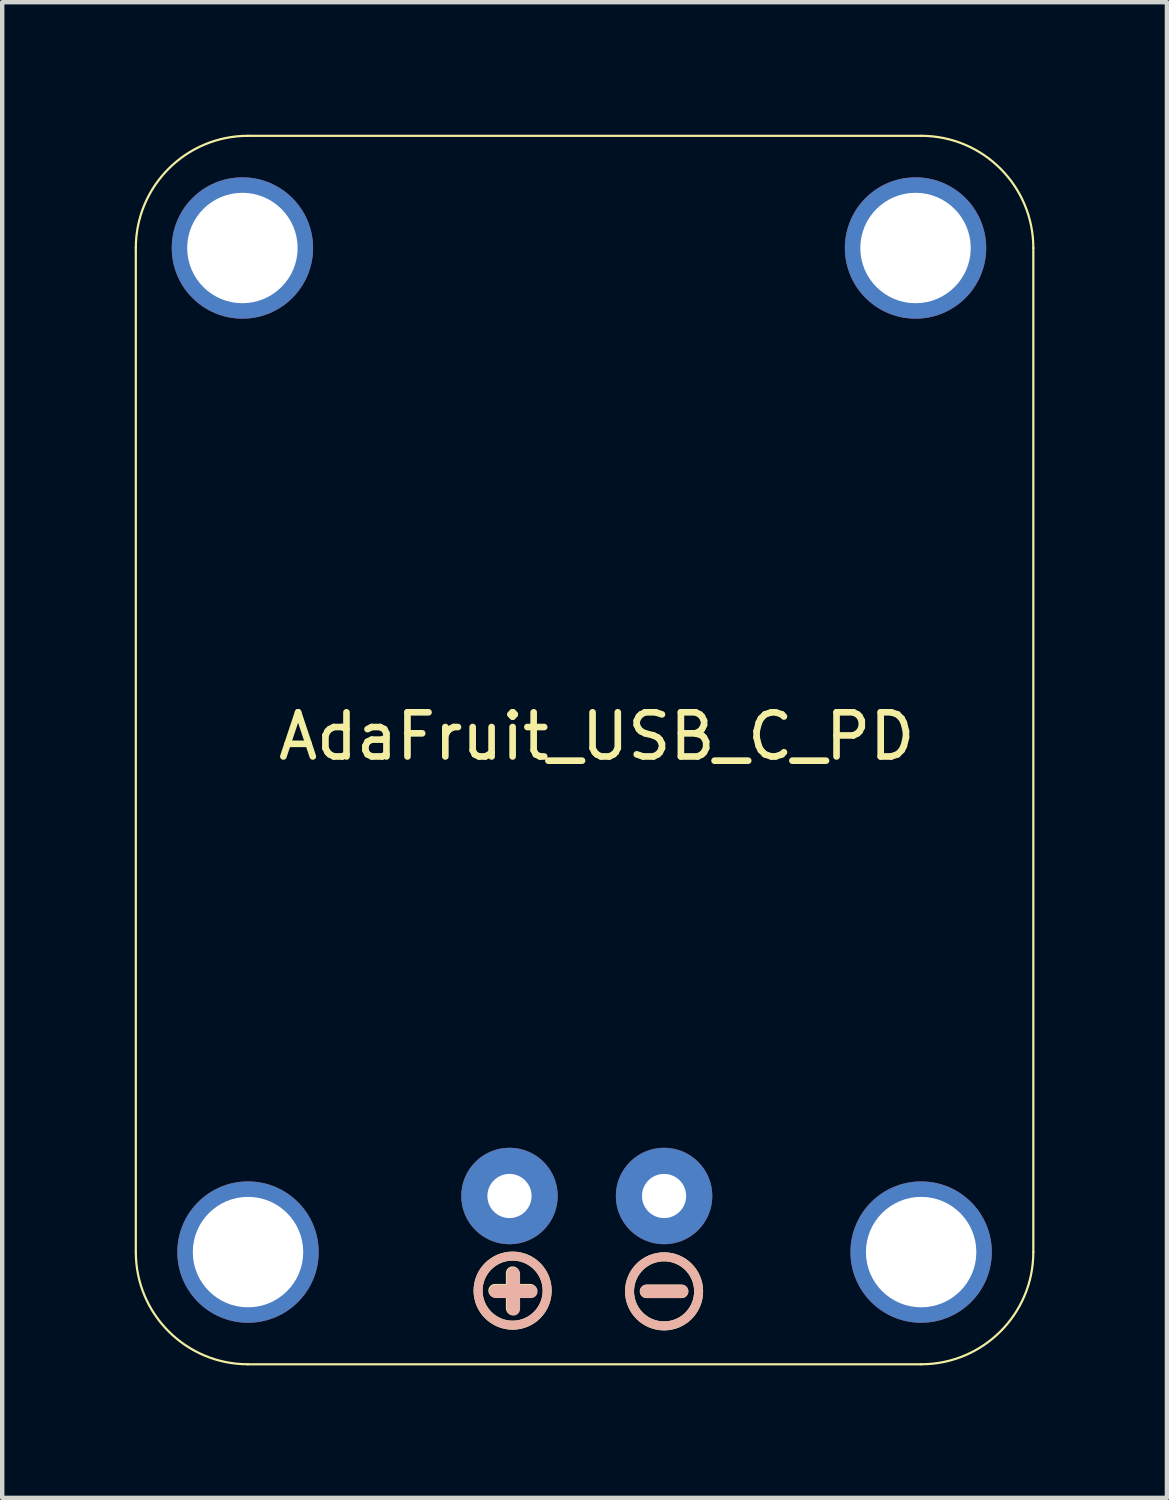
<source format=kicad_pcb>
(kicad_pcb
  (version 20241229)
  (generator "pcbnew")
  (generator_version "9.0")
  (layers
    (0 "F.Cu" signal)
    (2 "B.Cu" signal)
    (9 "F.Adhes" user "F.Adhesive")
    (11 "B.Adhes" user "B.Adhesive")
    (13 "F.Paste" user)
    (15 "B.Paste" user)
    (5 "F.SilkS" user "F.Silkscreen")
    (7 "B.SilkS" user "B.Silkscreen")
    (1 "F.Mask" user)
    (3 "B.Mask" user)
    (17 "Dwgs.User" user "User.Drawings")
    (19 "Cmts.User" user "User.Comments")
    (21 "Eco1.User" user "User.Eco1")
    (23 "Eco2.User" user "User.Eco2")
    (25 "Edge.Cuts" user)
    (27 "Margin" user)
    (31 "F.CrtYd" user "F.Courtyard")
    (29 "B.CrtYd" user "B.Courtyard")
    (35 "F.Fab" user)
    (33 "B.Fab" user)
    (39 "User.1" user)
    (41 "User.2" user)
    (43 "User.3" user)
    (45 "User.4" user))
  (footprint "AdaFruit_USB_C_PD"
    (layer "F.Cu")
    (at 10.461 14.122)
    (property "Reference" "AdaFruit_USB_C_PD" (at 0 -0.5 0) (unlocked yes) (layer "F.SilkS") (effects (font (size 1 1) (thickness 0.15))))
    (attr through_hole)
    (fp_line (start -10.436 11.176) (end -10.436 -11.557) (stroke (width 0.05) (type solid)) (layer "F.SilkS"))
    (fp_line (start -7.896 -14.097) (end 7.344 -14.097) (stroke (width 0.05) (type solid)) (layer "F.SilkS"))
    (fp_line (start -1.905 11.652) (end -1.905 12.446) (stroke (width 0.305) (type solid)) (layer "F.SilkS"))
    (fp_line (start -1.508 12.049) (end -2.302 12.049) (stroke (width 0.305) (type solid)) (layer "F.SilkS"))
    (fp_line (start 1.921 12.065) (end 1.127 12.065) (stroke (width 0.305) (type solid)) (layer "F.SilkS"))
    (fp_line (start 7.344 13.716) (end -7.896 13.716) (stroke (width 0.05) (type solid)) (layer "F.SilkS"))
    (fp_line (start 9.884 -11.557) (end 9.884 11.176) (stroke (width 0.05) (type solid)) (layer "F.SilkS"))
    (fp_arc (start -10.436 -11.557) (mid -9.692051 -13.353051) (end -7.896 -14.097) (stroke (width 0.05) (type solid)) (layer "F.SilkS"))
    (fp_arc (start -7.896 13.716) (mid -9.692051 12.972051) (end -10.436 11.176) (stroke (width 0.05) (type solid)) (layer "F.SilkS"))
    (fp_arc (start 7.344 -14.097) (mid 9.140051 -13.353051) (end 9.884 -11.557) (stroke (width 0.05) (type solid)) (layer "F.SilkS"))
    (fp_arc (start 9.884 11.176) (mid 9.140051 12.972051) (end 7.344 13.716) (stroke (width 0.05) (type solid)) (layer "F.SilkS"))
    (fp_circle (center -1.905 12.049) (end -1.123 12.049) (stroke (width 0.203) (type solid)) (fill no) (layer "F.SilkS"))
    (fp_circle (center 1.524 12.065) (end 2.306 12.065) (stroke (width 0.203) (type solid)) (fill no) (layer "F.SilkS"))
    (fp_line (start -2.286 12.065) (end -1.492 12.065) (stroke (width 0.305) (type solid)) (layer "B.SilkS"))
    (fp_line (start -1.889 11.668) (end -1.889 12.462) (stroke (width 0.305) (type solid)) (layer "B.SilkS"))
    (fp_line (start 1.127 12.065) (end 1.921 12.065) (stroke (width 0.305) (type solid)) (layer "B.SilkS"))
    (fp_circle (center -1.905 12.049) (end -1.123 12.049) (stroke (width 0.203) (type solid)) (fill no) (layer "B.SilkS"))
    (fp_circle (center 1.524 12.065) (end 2.306 12.065) (stroke (width 0.203) (type solid)) (fill no) (layer "B.SilkS"))
    (pad "" thru_hole circle (at -8.023 -11.557 180) (size 3.2 3.2) (drill 2.5) (layers "*.Cu" "*.Mask"))
    (pad "" thru_hole circle (at -7.896 11.176) (size 3.2 3.2) (drill 2.5) (layers "*.Cu" "*.Mask"))
    (pad "" thru_hole circle (at 7.217 -11.557 180) (size 3.2 3.2) (drill 2.5) (layers "*.Cu" "*.Mask"))
    (pad "" thru_hole circle (at 7.344 11.176) (size 3.2 3.2) (drill 2.5) (layers "*.Cu" "*.Mask"))
    (pad "1" thru_hole circle (at 1.524 9.906) (size 2.184 2.184) (drill 1) (layers "*.Cu" "*.Mask"))
    (pad "2" thru_hole circle (at -1.976 9.906) (size 2.184 2.184) (drill 1) (layers "*.Cu" "*.Mask"))
    (zone (net_name "") (layer "F.Cu") (hatch edge 0.5) (connect_pads) (min_thickness 0.25) (filled_areas_thickness no) (keepout (tracks not_allowed) (vias not_allowed) (pads not_allowed) (copperpour not_allowed) (footprints allowed)) (placement (enabled no)) (fill) (polygon (pts (xy 0.422 2.565) (xy 0.442 2.846) (xy 0.5 3.121) (xy 0.596 3.385) (xy 0.728 3.633) (xy 0.894 3.861) (xy 1.089 4.063) (xy 1.311 4.236) (xy 1.554 4.377) (xy 1.815 4.482) (xy 2.088 4.55) (xy 2.368 4.58) (xy 2.649 4.57) (xy 2.926 4.521) (xy 3.193 4.434) (xy 3.446 4.311) (xy 3.679 4.154) (xy 3.888 3.965) (xy 4.069 3.75) (xy 4.218 3.511) (xy 4.332 3.255) (xy 4.41 2.984) (xy 4.449 2.706) (xy 4.449 2.424) (xy 4.41 2.146) (xy 4.332 1.875) (xy 4.218 1.619) (xy 4.069 1.38) (xy 3.888 1.165) (xy 3.679 0.976) (xy 3.446 0.819) (xy 3.193 0.696) (xy 2.926 0.609) (xy 2.649 0.56) (xy 2.368 0.55) (xy 2.088 0.58) (xy 1.815 0.648) (xy 1.554 0.753) (xy 1.311 0.894) (xy 1.089 1.067) (xy 0.894 1.269) (xy 0.728 1.497) (xy 0.596 1.745) (xy 0.5 2.009) (xy 0.442 2.284))) (polygon (pts (xy 2.454 2.565) (xy 2.449 2.554) (xy 2.438 2.549) (xy 2.427 2.554) (xy 2.422 2.565) (xy 2.427 2.576) (xy 2.438 2.581) (xy 2.449 2.576))))
    (zone (net_name "") (layer "F.Cu") (hatch edge 0.5) (connect_pads) (min_thickness 0.25) (filled_areas_thickness no) (keepout (tracks not_allowed) (vias not_allowed) (pads not_allowed) (copperpour not_allowed) (footprints allowed)) (placement (enabled no)) (fill) (polygon (pts (xy 4.581 25.298) (xy 4.561 25.017) (xy 4.503 24.742) (xy 4.407 24.478) (xy 4.275 24.23) (xy 4.109 24.002) (xy 3.914 23.8) (xy 3.692 23.627) (xy 3.449 23.486) (xy 3.188 23.381) (xy 2.915 23.313) (xy 2.635 23.283) (xy 2.354 23.293) (xy 2.077 23.342) (xy 1.81 23.429) (xy 1.557 23.552) (xy 1.324 23.709) (xy 1.115 23.898) (xy 0.934 24.113) (xy 0.785 24.352) (xy 0.671 24.608) (xy 0.593 24.879) (xy 0.554 25.157) (xy 0.554 25.439) (xy 0.593 25.717) (xy 0.671 25.988) (xy 0.785 26.244) (xy 0.934 26.483) (xy 1.115 26.698) (xy 1.324 26.887) (xy 1.557 27.044) (xy 1.81 27.167) (xy 2.077 27.254) (xy 2.354 27.303) (xy 2.635 27.313) (xy 2.915 27.283) (xy 3.188 27.215) (xy 3.449 27.11) (xy 3.692 26.969) (xy 3.914 26.796) (xy 4.109 26.594) (xy 4.275 26.366) (xy 4.407 26.118) (xy 4.503 25.854) (xy 4.561 25.579))) (polygon (pts (xy 2.549 25.298) (xy 2.554 25.309) (xy 2.565 25.314) (xy 2.576 25.309) (xy 2.581 25.298) (xy 2.576 25.287) (xy 2.565 25.282) (xy 2.554 25.287))))
    (zone (net_name "") (layer "F.Cu") (hatch edge 0.5) (connect_pads) (min_thickness 0.25) (filled_areas_thickness no) (keepout (tracks not_allowed) (vias not_allowed) (pads not_allowed) (copperpour not_allowed) (footprints allowed)) (placement (enabled no)) (fill) (polygon (pts (xy 15.662 2.565) (xy 15.682 2.846) (xy 15.74 3.121) (xy 15.836 3.385) (xy 15.968 3.633) (xy 16.134 3.861) (xy 16.329 4.063) (xy 16.551 4.236) (xy 16.794 4.377) (xy 17.055 4.482) (xy 17.328 4.55) (xy 17.608 4.58) (xy 17.889 4.57) (xy 18.166 4.521) (xy 18.433 4.434) (xy 18.686 4.311) (xy 18.919 4.154) (xy 19.128 3.965) (xy 19.309 3.75) (xy 19.458 3.511) (xy 19.572 3.255) (xy 19.65 2.984) (xy 19.689 2.706) (xy 19.689 2.424) (xy 19.65 2.146) (xy 19.572 1.875) (xy 19.458 1.619) (xy 19.309 1.38) (xy 19.128 1.165) (xy 18.919 0.976) (xy 18.686 0.819) (xy 18.433 0.696) (xy 18.166 0.609) (xy 17.889 0.56) (xy 17.608 0.55) (xy 17.328 0.58) (xy 17.055 0.648) (xy 16.794 0.753) (xy 16.551 0.894) (xy 16.329 1.067) (xy 16.134 1.269) (xy 15.968 1.497) (xy 15.836 1.745) (xy 15.74 2.009) (xy 15.682 2.284))) (polygon (pts (xy 17.694 2.565) (xy 17.689 2.554) (xy 17.678 2.549) (xy 17.667 2.554) (xy 17.662 2.565) (xy 17.667 2.576) (xy 17.678 2.581) (xy 17.689 2.576))))
    (zone (net_name "") (layer "F.Cu") (hatch edge 0.5) (connect_pads) (min_thickness 0.25) (filled_areas_thickness no) (keepout (tracks not_allowed) (vias not_allowed) (pads not_allowed) (copperpour not_allowed) (footprints allowed)) (placement (enabled no)) (fill) (polygon (pts (xy 19.821 25.298) (xy 19.801 25.017) (xy 19.743 24.742) (xy 19.647 24.478) (xy 19.515 24.23) (xy 19.349 24.002) (xy 19.154 23.8) (xy 18.932 23.627) (xy 18.689 23.486) (xy 18.428 23.381) (xy 18.155 23.313) (xy 17.875 23.283) (xy 17.594 23.293) (xy 17.317 23.342) (xy 17.05 23.429) (xy 16.797 23.552) (xy 16.564 23.709) (xy 16.355 23.898) (xy 16.174 24.113) (xy 16.025 24.352) (xy 15.911 24.608) (xy 15.833 24.879) (xy 15.794 25.157) (xy 15.794 25.439) (xy 15.833 25.717) (xy 15.911 25.988) (xy 16.025 26.244) (xy 16.174 26.483) (xy 16.355 26.698) (xy 16.564 26.887) (xy 16.797 27.044) (xy 17.05 27.167) (xy 17.317 27.254) (xy 17.594 27.303) (xy 17.875 27.313) (xy 18.155 27.283) (xy 18.428 27.215) (xy 18.689 27.11) (xy 18.932 26.969) (xy 19.154 26.796) (xy 19.349 26.594) (xy 19.515 26.366) (xy 19.647 26.118) (xy 19.743 25.854) (xy 19.801 25.579))) (polygon (pts (xy 17.789 25.298) (xy 17.794 25.309) (xy 17.805 25.314) (xy 17.816 25.309) (xy 17.821 25.298) (xy 17.816 25.287) (xy 17.805 25.282) (xy 17.794 25.287))))
    (zone (net_name "") (layer "B.Cu") (hatch edge 0.5) (connect_pads) (min_thickness 0.25) (filled_areas_thickness no) (keepout (tracks not_allowed) (vias not_allowed) (pads not_allowed) (copperpour not_allowed) (footprints allowed)) (placement (enabled no)) (fill) (polygon (pts (xy 0.422 2.565) (xy 0.442 2.846) (xy 0.5 3.121) (xy 0.596 3.385) (xy 0.728 3.633) (xy 0.894 3.861) (xy 1.089 4.063) (xy 1.311 4.236) (xy 1.554 4.377) (xy 1.815 4.482) (xy 2.088 4.55) (xy 2.368 4.58) (xy 2.649 4.57) (xy 2.926 4.521) (xy 3.193 4.434) (xy 3.446 4.311) (xy 3.679 4.154) (xy 3.888 3.965) (xy 4.069 3.75) (xy 4.218 3.511) (xy 4.332 3.255) (xy 4.41 2.984) (xy 4.449 2.706) (xy 4.449 2.424) (xy 4.41 2.146) (xy 4.332 1.875) (xy 4.218 1.619) (xy 4.069 1.38) (xy 3.888 1.165) (xy 3.679 0.976) (xy 3.446 0.819) (xy 3.193 0.696) (xy 2.926 0.609) (xy 2.649 0.56) (xy 2.368 0.55) (xy 2.088 0.58) (xy 1.815 0.648) (xy 1.554 0.753) (xy 1.311 0.894) (xy 1.089 1.067) (xy 0.894 1.269) (xy 0.728 1.497) (xy 0.596 1.745) (xy 0.5 2.009) (xy 0.442 2.284))) (polygon (pts (xy 2.454 2.565) (xy 2.449 2.554) (xy 2.438 2.549) (xy 2.427 2.554) (xy 2.422 2.565) (xy 2.427 2.576) (xy 2.438 2.581) (xy 2.449 2.576))))
    (zone (net_name "") (layer "B.Cu") (hatch edge 0.5) (connect_pads) (min_thickness 0.25) (filled_areas_thickness no) (keepout (tracks not_allowed) (vias not_allowed) (pads not_allowed) (copperpour not_allowed) (footprints allowed)) (placement (enabled no)) (fill) (polygon (pts (xy 4.581 25.298) (xy 4.561 25.017) (xy 4.503 24.742) (xy 4.407 24.478) (xy 4.275 24.23) (xy 4.109 24.002) (xy 3.914 23.8) (xy 3.692 23.627) (xy 3.449 23.486) (xy 3.188 23.381) (xy 2.915 23.313) (xy 2.635 23.283) (xy 2.354 23.293) (xy 2.077 23.342) (xy 1.81 23.429) (xy 1.557 23.552) (xy 1.324 23.709) (xy 1.115 23.898) (xy 0.934 24.113) (xy 0.785 24.352) (xy 0.671 24.608) (xy 0.593 24.879) (xy 0.554 25.157) (xy 0.554 25.439) (xy 0.593 25.717) (xy 0.671 25.988) (xy 0.785 26.244) (xy 0.934 26.483) (xy 1.115 26.698) (xy 1.324 26.887) (xy 1.557 27.044) (xy 1.81 27.167) (xy 2.077 27.254) (xy 2.354 27.303) (xy 2.635 27.313) (xy 2.915 27.283) (xy 3.188 27.215) (xy 3.449 27.11) (xy 3.692 26.969) (xy 3.914 26.796) (xy 4.109 26.594) (xy 4.275 26.366) (xy 4.407 26.118) (xy 4.503 25.854) (xy 4.561 25.579))) (polygon (pts (xy 2.549 25.298) (xy 2.554 25.309) (xy 2.565 25.314) (xy 2.576 25.309) (xy 2.581 25.298) (xy 2.576 25.287) (xy 2.565 25.282) (xy 2.554 25.287))))
    (zone (net_name "") (layer "B.Cu") (hatch edge 0.5) (connect_pads) (min_thickness 0.25) (filled_areas_thickness no) (keepout (tracks not_allowed) (vias not_allowed) (pads not_allowed) (copperpour not_allowed) (footprints allowed)) (placement (enabled no)) (fill) (polygon (pts (xy 15.662 2.565) (xy 15.682 2.846) (xy 15.74 3.121) (xy 15.836 3.385) (xy 15.968 3.633) (xy 16.134 3.861) (xy 16.329 4.063) (xy 16.551 4.236) (xy 16.794 4.377) (xy 17.055 4.482) (xy 17.328 4.55) (xy 17.608 4.58) (xy 17.889 4.57) (xy 18.166 4.521) (xy 18.433 4.434) (xy 18.686 4.311) (xy 18.919 4.154) (xy 19.128 3.965) (xy 19.309 3.75) (xy 19.458 3.511) (xy 19.572 3.255) (xy 19.65 2.984) (xy 19.689 2.706) (xy 19.689 2.424) (xy 19.65 2.146) (xy 19.572 1.875) (xy 19.458 1.619) (xy 19.309 1.38) (xy 19.128 1.165) (xy 18.919 0.976) (xy 18.686 0.819) (xy 18.433 0.696) (xy 18.166 0.609) (xy 17.889 0.56) (xy 17.608 0.55) (xy 17.328 0.58) (xy 17.055 0.648) (xy 16.794 0.753) (xy 16.551 0.894) (xy 16.329 1.067) (xy 16.134 1.269) (xy 15.968 1.497) (xy 15.836 1.745) (xy 15.74 2.009) (xy 15.682 2.284))) (polygon (pts (xy 17.694 2.565) (xy 17.689 2.554) (xy 17.678 2.549) (xy 17.667 2.554) (xy 17.662 2.565) (xy 17.667 2.576) (xy 17.678 2.581) (xy 17.689 2.576))))
    (zone (net_name "") (layer "B.Cu") (hatch edge 0.5) (connect_pads) (min_thickness 0.25) (filled_areas_thickness no) (keepout (tracks not_allowed) (vias not_allowed) (pads not_allowed) (copperpour not_allowed) (footprints allowed)) (placement (enabled no)) (fill) (polygon (pts (xy 19.821 25.298) (xy 19.801 25.017) (xy 19.743 24.742) (xy 19.647 24.478) (xy 19.515 24.23) (xy 19.349 24.002) (xy 19.154 23.8) (xy 18.932 23.627) (xy 18.689 23.486) (xy 18.428 23.381) (xy 18.155 23.313) (xy 17.875 23.283) (xy 17.594 23.293) (xy 17.317 23.342) (xy 17.05 23.429) (xy 16.797 23.552) (xy 16.564 23.709) (xy 16.355 23.898) (xy 16.174 24.113) (xy 16.025 24.352) (xy 15.911 24.608) (xy 15.833 24.879) (xy 15.794 25.157) (xy 15.794 25.439) (xy 15.833 25.717) (xy 15.911 25.988) (xy 16.025 26.244) (xy 16.174 26.483) (xy 16.355 26.698) (xy 16.564 26.887) (xy 16.797 27.044) (xy 17.05 27.167) (xy 17.317 27.254) (xy 17.594 27.303) (xy 17.875 27.313) (xy 18.155 27.283) (xy 18.428 27.215) (xy 18.689 27.11) (xy 18.932 26.969) (xy 19.154 26.796) (xy 19.349 26.594) (xy 19.515 26.366) (xy 19.647 26.118) (xy 19.743 25.854) (xy 19.801 25.579))) (polygon (pts (xy 17.789 25.298) (xy 17.794 25.309) (xy 17.805 25.314) (xy 17.816 25.309) (xy 17.821 25.298) (xy 17.816 25.287) (xy 17.805 25.282) (xy 17.794 25.287)))))
  (gr_rect
    (start -3 -3)
    (end 23.37 30.863)
    (stroke (width 0.1) (type default))
    (fill no)
    (layer "Edge.Cuts")))
</source>
